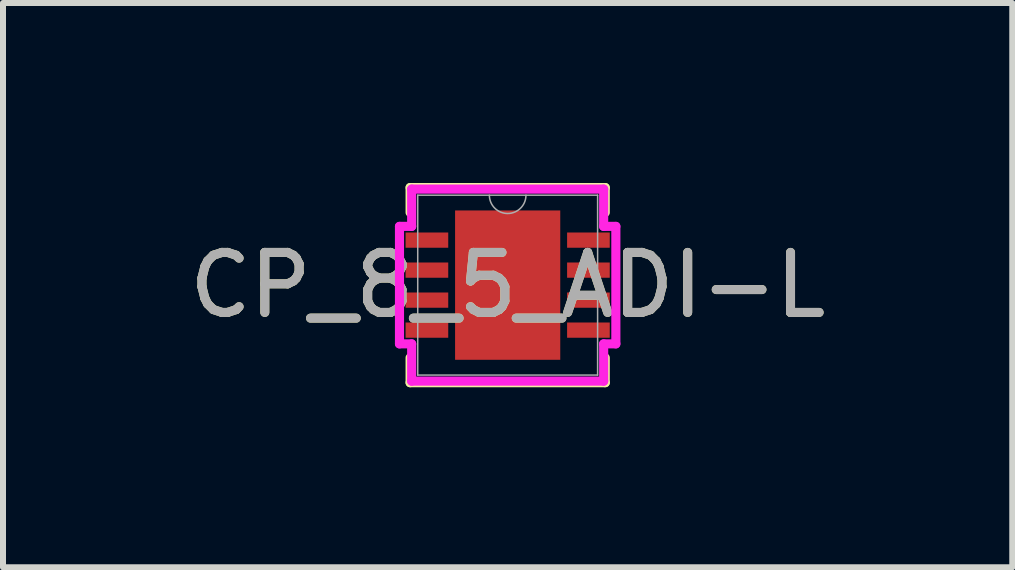
<source format=kicad_pcb>
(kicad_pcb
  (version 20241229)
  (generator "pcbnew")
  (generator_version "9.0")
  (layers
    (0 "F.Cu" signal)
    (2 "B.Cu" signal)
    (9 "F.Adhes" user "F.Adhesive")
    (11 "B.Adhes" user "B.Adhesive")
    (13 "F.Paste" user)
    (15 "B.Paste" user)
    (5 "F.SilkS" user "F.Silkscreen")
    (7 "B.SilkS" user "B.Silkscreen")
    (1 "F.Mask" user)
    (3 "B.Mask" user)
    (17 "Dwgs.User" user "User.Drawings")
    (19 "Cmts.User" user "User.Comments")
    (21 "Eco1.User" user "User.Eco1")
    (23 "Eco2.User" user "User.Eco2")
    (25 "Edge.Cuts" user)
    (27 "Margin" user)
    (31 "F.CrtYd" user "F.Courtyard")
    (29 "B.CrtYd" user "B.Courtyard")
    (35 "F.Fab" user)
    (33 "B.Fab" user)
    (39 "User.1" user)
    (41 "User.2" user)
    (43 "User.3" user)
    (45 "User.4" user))
  (footprint "CP_8_5_ADI-L"
    (layer "F.Cu")
    (at 5.411 1.702)
    (property "Reference" "CP_8_5_ADI-L" (at 0 0 0) (unlocked yes) (layer "F.SilkS") (effects (font (size 1 1) (thickness 0.15))))
    (attr smd)
    (fp_line (start -1.626 -1.626) (end -1.626 -1.21) (stroke (width 0.152) (type solid)) (layer "F.SilkS"))
    (fp_line (start -1.626 1.21) (end -1.626 1.626) (stroke (width 0.152) (type solid)) (layer "F.SilkS"))
    (fp_line (start -1.626 1.626) (end 1.626 1.626) (stroke (width 0.152) (type solid)) (layer "F.SilkS"))
    (fp_line (start 1.626 -1.626) (end -1.626 -1.626) (stroke (width 0.152) (type solid)) (layer "F.SilkS"))
    (fp_line (start 1.626 -1.21) (end 1.626 -1.626) (stroke (width 0.152) (type solid)) (layer "F.SilkS"))
    (fp_line (start 1.626 1.626) (end 1.626 1.21) (stroke (width 0.152) (type solid)) (layer "F.SilkS"))
    (fp_line (start -1.803 -0.979) (end -1.6 -0.979) (stroke (width 0.152) (type solid)) (layer "F.CrtYd"))
    (fp_line (start -1.803 0.979) (end -1.803 -0.979) (stroke (width 0.152) (type solid)) (layer "F.CrtYd"))
    (fp_line (start -1.803 0.979) (end -1.6 0.979) (stroke (width 0.152) (type solid)) (layer "F.CrtYd"))
    (fp_line (start -1.6 -1.6) (end 1.6 -1.6) (stroke (width 0.152) (type solid)) (layer "F.CrtYd"))
    (fp_line (start -1.6 -0.979) (end -1.6 -1.6) (stroke (width 0.152) (type solid)) (layer "F.CrtYd"))
    (fp_line (start -1.6 1.6) (end -1.6 0.979) (stroke (width 0.152) (type solid)) (layer "F.CrtYd"))
    (fp_line (start 1.6 -1.6) (end 1.6 -0.979) (stroke (width 0.152) (type solid)) (layer "F.CrtYd"))
    (fp_line (start 1.6 0.979) (end 1.6 1.6) (stroke (width 0.152) (type solid)) (layer "F.CrtYd"))
    (fp_line (start 1.6 1.6) (end -1.6 1.6) (stroke (width 0.152) (type solid)) (layer "F.CrtYd"))
    (fp_line (start 1.803 -0.979) (end 1.6 -0.979) (stroke (width 0.152) (type solid)) (layer "F.CrtYd"))
    (fp_line (start 1.803 -0.979) (end 1.803 0.979) (stroke (width 0.152) (type solid)) (layer "F.CrtYd"))
    (fp_line (start 1.803 0.979) (end 1.6 0.979) (stroke (width 0.152) (type solid)) (layer "F.CrtYd"))
    (fp_line (start -1.499 -1.499) (end -1.499 1.499) (stroke (width 0.025) (type solid)) (layer "F.Fab"))
    (fp_line (start -1.499 1.499) (end 1.499 1.499) (stroke (width 0.025) (type solid)) (layer "F.Fab"))
    (fp_line (start 1.499 -1.499) (end -1.499 -1.499) (stroke (width 0.025) (type solid)) (layer "F.Fab"))
    (fp_line (start 1.499 1.499) (end 1.499 -1.499) (stroke (width 0.025) (type solid)) (layer "F.Fab"))
    (fp_arc (start 0.3048 -1.4986) (mid 0 -1.1938) (end -0.3048 -1.4986) (stroke (width 0.0254) (type solid)) (layer "F.Fab"))
    (fp_text user "${REFERENCE}" (at 0 0 0) (unlocked yes) (layer "F.Fab") (effects (font (size 1 1) (thickness 0.15))))
    (pad "1" smd rect (at -1.346 -0.75) (size 0.711 0.254) (layers "F.Cu" "F.Mask" "F.Paste"))
    (pad "2" smd rect (at -1.346 -0.25) (size 0.711 0.254) (layers "F.Cu" "F.Mask" "F.Paste"))
    (pad "3" smd rect (at -1.346 0.25) (size 0.711 0.254) (layers "F.Cu" "F.Mask" "F.Paste"))
    (pad "4" smd rect (at -1.346 0.75) (size 0.711 0.254) (layers "F.Cu" "F.Mask" "F.Paste"))
    (pad "5" smd rect (at 1.346 0.75) (size 0.711 0.254) (layers "F.Cu" "F.Mask" "F.Paste"))
    (pad "6" smd rect (at 1.346 0.25) (size 0.711 0.254) (layers "F.Cu" "F.Mask" "F.Paste"))
    (pad "7" smd rect (at 1.346 -0.25) (size 0.711 0.254) (layers "F.Cu" "F.Mask" "F.Paste"))
    (pad "8" smd rect (at 1.346 -0.75) (size 0.711 0.254) (layers "F.Cu" "F.Mask" "F.Paste"))
    (pad "9" smd rect (at 0 0) (size 1.753 2.489) (layers "F.Cu" "F.Mask" "F.Paste")))
  (gr_rect
    (start -3 -3)
    (end 13.821 6.404)
    (stroke (width 0.1) (type default))
    (fill no)
    (layer "Edge.Cuts")))
</source>
